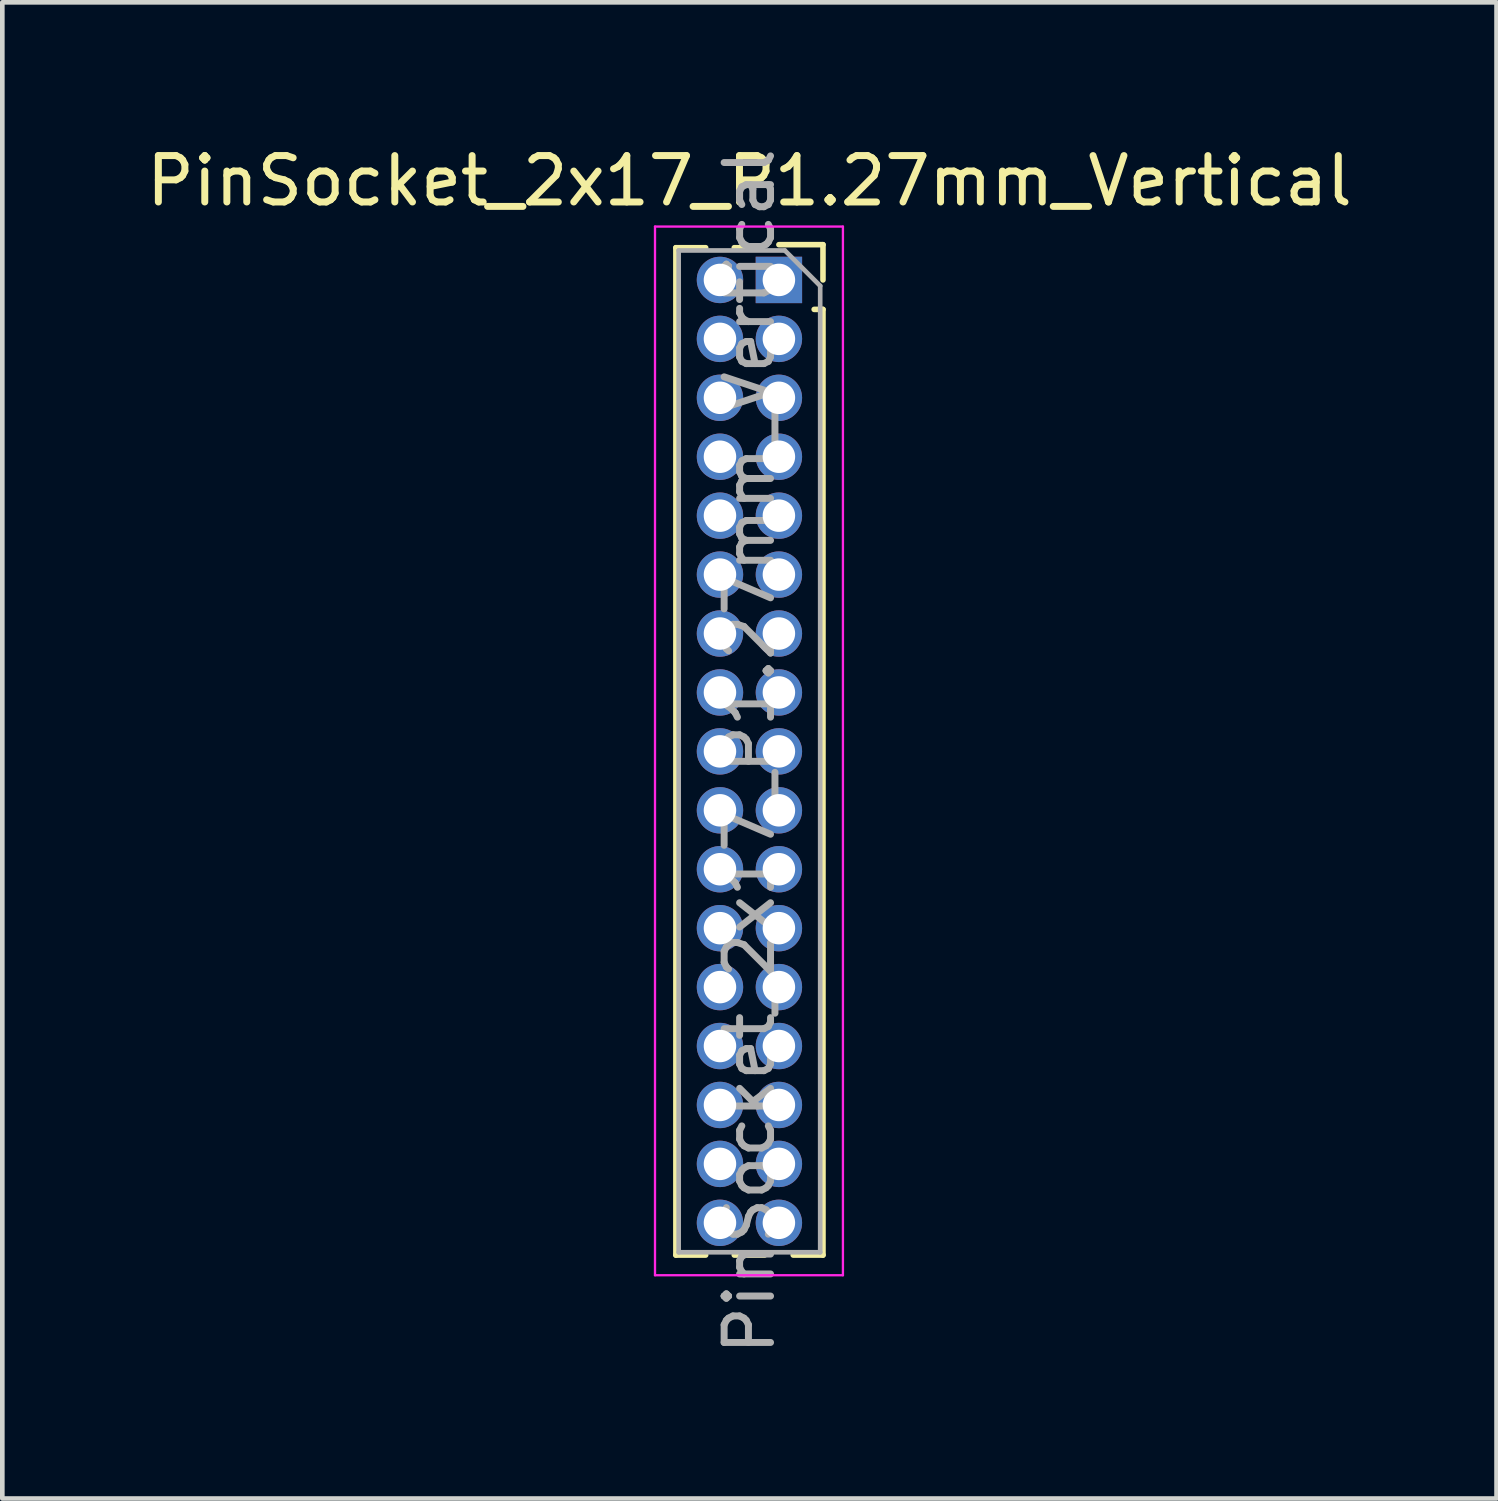
<source format=kicad_pcb>
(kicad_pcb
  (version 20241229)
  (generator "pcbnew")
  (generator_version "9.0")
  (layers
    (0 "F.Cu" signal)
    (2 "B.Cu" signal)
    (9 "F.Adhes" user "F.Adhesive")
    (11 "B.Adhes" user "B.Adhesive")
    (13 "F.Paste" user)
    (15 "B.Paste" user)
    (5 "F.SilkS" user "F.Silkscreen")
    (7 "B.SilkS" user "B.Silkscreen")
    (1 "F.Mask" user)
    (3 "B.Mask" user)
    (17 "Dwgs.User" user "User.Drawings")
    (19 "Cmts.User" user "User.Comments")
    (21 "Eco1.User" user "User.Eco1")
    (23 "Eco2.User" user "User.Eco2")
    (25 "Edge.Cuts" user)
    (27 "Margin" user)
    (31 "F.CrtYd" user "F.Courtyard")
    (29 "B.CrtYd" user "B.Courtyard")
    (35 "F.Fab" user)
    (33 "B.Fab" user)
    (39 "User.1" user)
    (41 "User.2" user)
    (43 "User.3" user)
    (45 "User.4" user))
  (footprint "PinSocket_2x17_P1.27mm_Vertical"
    (layer "F.Cu")
    (at 13.736 2.983)
    (property "Reference" "PinSocket_2x17_P1.27mm_Vertical" (at -0.635 -2.135 0) (layer "F.SilkS") (effects (font (size 1 1) (thickness 0.15))))
    (attr through_hole)
    (fp_line (start -2.22 -0.695) (end -2.22 21.015) (stroke (width 0.12) (type solid)) (layer "F.SilkS"))
    (fp_line (start -2.22 -0.695) (end -1.578 -0.695) (stroke (width 0.12) (type solid)) (layer "F.SilkS"))
    (fp_line (start -2.22 21.015) (end -1.578 21.015) (stroke (width 0.12) (type solid)) (layer "F.SilkS"))
    (fp_line (start -0.962 -0.695) (end -0.76 -0.695) (stroke (width 0.12) (type solid)) (layer "F.SilkS"))
    (fp_line (start -0.962 21.015) (end -0.308 21.015) (stroke (width 0.12) (type solid)) (layer "F.SilkS"))
    (fp_line (start 0 -0.76) (end 0.95 -0.76) (stroke (width 0.12) (type solid)) (layer "F.SilkS"))
    (fp_line (start 0.308 21.015) (end 0.95 21.015) (stroke (width 0.12) (type solid)) (layer "F.SilkS"))
    (fp_line (start 0.76 0.635) (end 0.95 0.635) (stroke (width 0.12) (type solid)) (layer "F.SilkS"))
    (fp_line (start 0.95 -0.76) (end 0.95 0) (stroke (width 0.12) (type solid)) (layer "F.SilkS"))
    (fp_line (start 0.95 0.635) (end 0.95 21.015) (stroke (width 0.12) (type solid)) (layer "F.SilkS"))
    (fp_line (start -2.67 -1.15) (end 1.38 -1.15) (stroke (width 0.05) (type solid)) (layer "F.CrtYd"))
    (fp_line (start -2.67 21.45) (end -2.67 -1.15) (stroke (width 0.05) (type solid)) (layer "F.CrtYd"))
    (fp_line (start 1.38 -1.15) (end 1.38 21.45) (stroke (width 0.05) (type solid)) (layer "F.CrtYd"))
    (fp_line (start 1.38 21.45) (end -2.67 21.45) (stroke (width 0.05) (type solid)) (layer "F.CrtYd"))
    (fp_line (start -2.16 -0.635) (end 0.128 -0.635) (stroke (width 0.1) (type solid)) (layer "F.Fab"))
    (fp_line (start -2.16 20.955) (end -2.16 -0.635) (stroke (width 0.1) (type solid)) (layer "F.Fab"))
    (fp_line (start 0.128 -0.635) (end 0.89 0.128) (stroke (width 0.1) (type solid)) (layer "F.Fab"))
    (fp_line (start 0.89 0.128) (end 0.89 20.955) (stroke (width 0.1) (type solid)) (layer "F.Fab"))
    (fp_line (start 0.89 20.955) (end -2.16 20.955) (stroke (width 0.1) (type solid)) (layer "F.Fab"))
    (fp_text user "${REFERENCE}" (at -0.635 10.16 90) (layer "F.Fab") (effects (font (size 1 1) (thickness 0.15))))
    (pad "1" thru_hole rect (at 0 0) (size 1 1) (drill 0.7) (layers "*.Cu" "*.Mask"))
    (pad "2" thru_hole oval (at -1.27 0) (size 1 1) (drill 0.7) (layers "*.Cu" "*.Mask"))
    (pad "3" thru_hole oval (at 0 1.27) (size 1 1) (drill 0.7) (layers "*.Cu" "*.Mask"))
    (pad "4" thru_hole oval (at -1.27 1.27) (size 1 1) (drill 0.7) (layers "*.Cu" "*.Mask"))
    (pad "5" thru_hole oval (at 0 2.54) (size 1 1) (drill 0.7) (layers "*.Cu" "*.Mask"))
    (pad "6" thru_hole oval (at -1.27 2.54) (size 1 1) (drill 0.7) (layers "*.Cu" "*.Mask"))
    (pad "7" thru_hole oval (at 0 3.81) (size 1 1) (drill 0.7) (layers "*.Cu" "*.Mask"))
    (pad "8" thru_hole oval (at -1.27 3.81) (size 1 1) (drill 0.7) (layers "*.Cu" "*.Mask"))
    (pad "9" thru_hole oval (at 0 5.08) (size 1 1) (drill 0.7) (layers "*.Cu" "*.Mask"))
    (pad "10" thru_hole oval (at -1.27 5.08) (size 1 1) (drill 0.7) (layers "*.Cu" "*.Mask"))
    (pad "11" thru_hole oval (at 0 6.35) (size 1 1) (drill 0.7) (layers "*.Cu" "*.Mask"))
    (pad "12" thru_hole oval (at -1.27 6.35) (size 1 1) (drill 0.7) (layers "*.Cu" "*.Mask"))
    (pad "13" thru_hole oval (at 0 7.62) (size 1 1) (drill 0.7) (layers "*.Cu" "*.Mask"))
    (pad "14" thru_hole oval (at -1.27 7.62) (size 1 1) (drill 0.7) (layers "*.Cu" "*.Mask"))
    (pad "15" thru_hole oval (at 0 8.89) (size 1 1) (drill 0.7) (layers "*.Cu" "*.Mask"))
    (pad "16" thru_hole oval (at -1.27 8.89) (size 1 1) (drill 0.7) (layers "*.Cu" "*.Mask"))
    (pad "17" thru_hole oval (at 0 10.16) (size 1 1) (drill 0.7) (layers "*.Cu" "*.Mask"))
    (pad "18" thru_hole oval (at -1.27 10.16) (size 1 1) (drill 0.7) (layers "*.Cu" "*.Mask"))
    (pad "19" thru_hole oval (at 0 11.43) (size 1 1) (drill 0.7) (layers "*.Cu" "*.Mask"))
    (pad "20" thru_hole oval (at -1.27 11.43) (size 1 1) (drill 0.7) (layers "*.Cu" "*.Mask"))
    (pad "21" thru_hole oval (at 0 12.7) (size 1 1) (drill 0.7) (layers "*.Cu" "*.Mask"))
    (pad "22" thru_hole oval (at -1.27 12.7) (size 1 1) (drill 0.7) (layers "*.Cu" "*.Mask"))
    (pad "23" thru_hole oval (at 0 13.97) (size 1 1) (drill 0.7) (layers "*.Cu" "*.Mask"))
    (pad "24" thru_hole oval (at -1.27 13.97) (size 1 1) (drill 0.7) (layers "*.Cu" "*.Mask"))
    (pad "25" thru_hole oval (at 0 15.24) (size 1 1) (drill 0.7) (layers "*.Cu" "*.Mask"))
    (pad "26" thru_hole oval (at -1.27 15.24) (size 1 1) (drill 0.7) (layers "*.Cu" "*.Mask"))
    (pad "27" thru_hole oval (at 0 16.51) (size 1 1) (drill 0.7) (layers "*.Cu" "*.Mask"))
    (pad "28" thru_hole oval (at -1.27 16.51) (size 1 1) (drill 0.7) (layers "*.Cu" "*.Mask"))
    (pad "29" thru_hole oval (at 0 17.78) (size 1 1) (drill 0.7) (layers "*.Cu" "*.Mask"))
    (pad "30" thru_hole oval (at -1.27 17.78) (size 1 1) (drill 0.7) (layers "*.Cu" "*.Mask"))
    (pad "31" thru_hole oval (at 0 19.05) (size 1 1) (drill 0.7) (layers "*.Cu" "*.Mask"))
    (pad "32" thru_hole oval (at -1.27 19.05) (size 1 1) (drill 0.7) (layers "*.Cu" "*.Mask"))
    (pad "33" thru_hole oval (at 0 20.32) (size 1 1) (drill 0.7) (layers "*.Cu" "*.Mask"))
    (pad "34" thru_hole oval (at -1.27 20.32) (size 1 1) (drill 0.7) (layers "*.Cu" "*.Mask")))
  (gr_rect
    (start -3 -3)
    (end 29.202 29.244)
    (stroke (width 0.1) (type default))
    (fill no)
    (layer "Edge.Cuts")))
</source>
